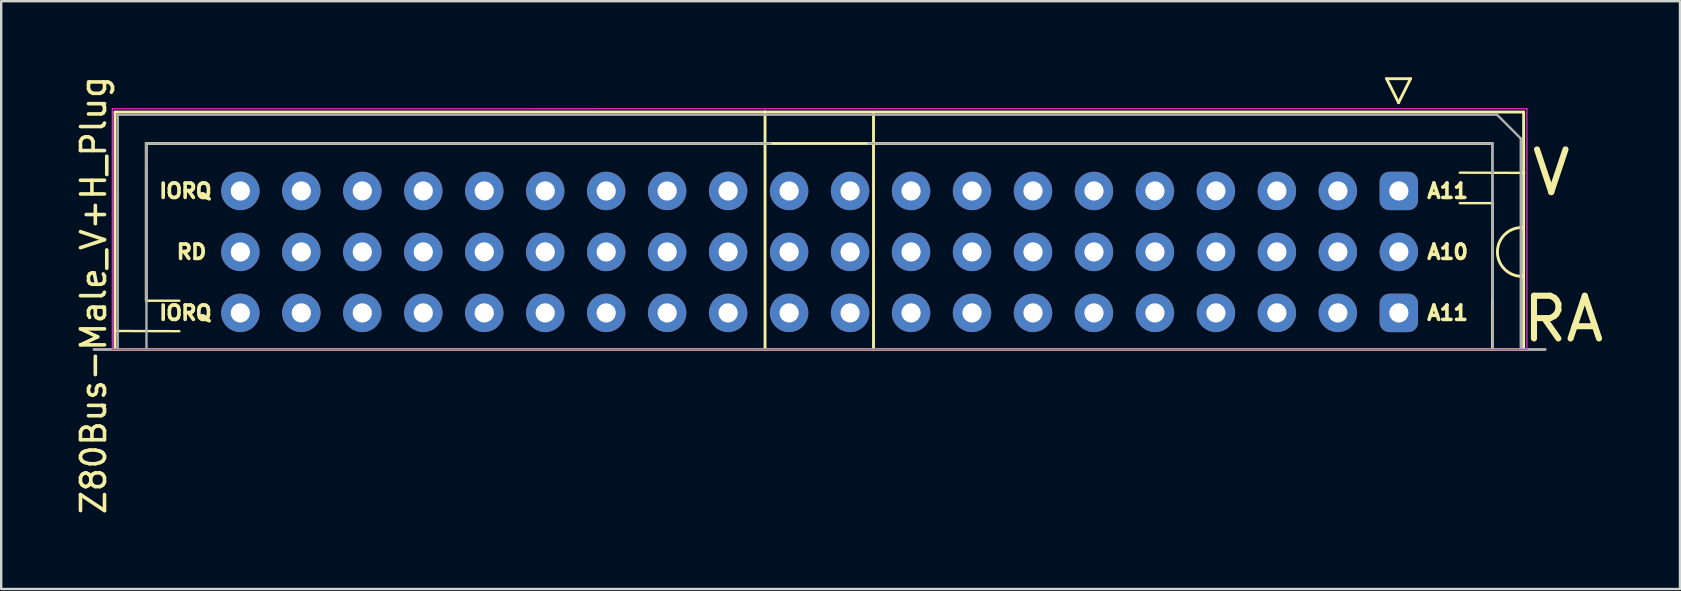
<source format=kicad_pcb>
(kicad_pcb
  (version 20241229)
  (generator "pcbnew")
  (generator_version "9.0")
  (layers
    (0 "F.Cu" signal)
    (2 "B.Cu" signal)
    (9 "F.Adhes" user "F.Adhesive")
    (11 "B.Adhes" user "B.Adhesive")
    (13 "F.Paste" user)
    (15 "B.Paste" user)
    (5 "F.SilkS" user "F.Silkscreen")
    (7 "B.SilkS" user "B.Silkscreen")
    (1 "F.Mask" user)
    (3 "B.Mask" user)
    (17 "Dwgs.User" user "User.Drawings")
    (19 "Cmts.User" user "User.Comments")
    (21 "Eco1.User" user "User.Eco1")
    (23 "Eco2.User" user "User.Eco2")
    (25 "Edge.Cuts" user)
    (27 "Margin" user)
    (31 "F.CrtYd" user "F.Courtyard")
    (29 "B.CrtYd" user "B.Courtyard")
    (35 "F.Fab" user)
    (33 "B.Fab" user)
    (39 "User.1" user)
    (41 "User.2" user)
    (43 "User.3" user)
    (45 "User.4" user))
  (footprint "Z80Bus-Male_V+H_Plug"
    (layer "F.Cu")
    (at 31.093 7.445)
    (property "Reference" "Z80Bus-Male_V+H_Plug" (at -30.245 1.799 90) (layer "F.SilkS") (effects (font (size 1 1) (thickness 0.15))))
    (attr through_hole)
    (fp_line (start -29.351 -5.827) (end 29.329 -5.827) (stroke (width 0.12) (type solid)) (layer "F.SilkS"))
    (fp_line (start -29.351 4.064) (end -29.351 -5.827) (stroke (width 0.12) (type solid)) (layer "F.SilkS"))
    (fp_line (start -29.35 3.293) (end -26.67 3.302) (stroke (width 0.1) (type solid)) (layer "F.SilkS"))
    (fp_line (start -28.051 -4.517) (end -2.061 -4.517) (stroke (width 0.12) (type solid)) (layer "F.SilkS"))
    (fp_line (start -28.051 2.032) (end -28.051 -4.517) (stroke (width 0.12) (type solid)) (layer "F.SilkS"))
    (fp_line (start -28.051 2.032) (end -26.67 2.032) (stroke (width 0.1) (type solid)) (layer "F.SilkS"))
    (fp_line (start -2.273 4.064) (end -2.273 -5.842) (stroke (width 0.12) (type solid)) (layer "F.SilkS"))
    (fp_line (start -2.061 -4.517) (end -2.061 -4.517) (stroke (width 0.12) (type solid)) (layer "F.SilkS"))
    (fp_line (start -2.061 -4.517) (end 28.029 -4.517) (stroke (width 0.12) (type solid)) (layer "F.SilkS"))
    (fp_line (start 2.246 -5.818) (end 2.246 4.073) (stroke (width 0.12) (type solid)) (layer "F.SilkS"))
    (fp_line (start 23.619 -7.217) (end 24.119 -6.217) (stroke (width 0.12) (type solid)) (layer "F.SilkS"))
    (fp_line (start 24.119 -6.217) (end 24.619 -7.217) (stroke (width 0.12) (type solid)) (layer "F.SilkS"))
    (fp_line (start 24.619 -7.217) (end 23.619 -7.217) (stroke (width 0.12) (type solid)) (layer "F.SilkS"))
    (fp_line (start 28.03 -2.023) (end 28.029 4.064) (stroke (width 0.12) (type solid)) (layer "F.SilkS"))
    (fp_line (start 28.051 -2.032) (end 26.67 -2.032) (stroke (width 0.1) (type solid)) (layer "F.SilkS"))
    (fp_line (start 29.329 -5.827) (end 29.329 4.064) (stroke (width 0.12) (type solid)) (layer "F.SilkS"))
    (fp_line (start 29.35 -3.293) (end 26.67 -3.302) (stroke (width 0.1) (type solid)) (layer "F.SilkS"))
    (fp_arc (start 29.31 1.016) (mid 28.236678 0.005088) (end 29.299577 -1.016777) (stroke (width 0.12) (type solid)) (layer "F.SilkS"))
    (fp_line (start -29.464 -5.963) (end -29.464 4.064) (stroke (width 0.05) (type solid)) (layer "F.CrtYd"))
    (fp_line (start -29.464 4.064) (end 29.465 4.064) (stroke (width 0.05) (type solid)) (layer "F.CrtYd"))
    (fp_line (start 29.465 -5.966) (end -29.464 -5.963) (stroke (width 0.05) (type solid)) (layer "F.CrtYd"))
    (fp_line (start 29.465 4.064) (end 29.465 -5.966) (stroke (width 0.05) (type solid)) (layer "F.CrtYd"))
    (fp_line (start -29.241 4.064) (end -29.239 -5.717) (stroke (width 0.1) (type solid)) (layer "F.Fab"))
    (fp_line (start -29.239 -5.717) (end 28.219 -5.717) (stroke (width 0.1) (type solid)) (layer "F.Fab"))
    (fp_line (start -28.051 -4.517) (end -2.061 -4.517) (stroke (width 0.1) (type solid)) (layer "F.Fab"))
    (fp_line (start -28.051 1.983) (end -28.051 -4.517) (stroke (width 0.1) (type solid)) (layer "F.Fab"))
    (fp_line (start -28.04 4.064) (end -28.051 -4.517) (stroke (width 0.1) (type solid)) (layer "F.Fab"))
    (fp_line (start -2.061 -4.517) (end -2.061 -4.517) (stroke (width 0.1) (type solid)) (layer "F.Fab"))
    (fp_line (start 2.039 -4.517) (end 28.029 -4.517) (stroke (width 0.1) (type solid)) (layer "F.Fab"))
    (fp_line (start 28.029 -4.517) (end 28.029 1.983) (stroke (width 0.1) (type solid)) (layer "F.Fab"))
    (fp_line (start 28.029 -4.517) (end 28.04 4.064) (stroke (width 0.1) (type solid)) (layer "F.Fab"))
    (fp_line (start 28.219 -5.717) (end 29.219 -4.717) (stroke (width 0.1) (type solid)) (layer "F.Fab"))
    (fp_line (start 29.21 -4.717) (end 29.21 4.064) (stroke (width 0.1) (type solid)) (layer "F.Fab"))
    (fp_line (start 30.226 4.064) (end -30.226 4.064) (stroke (width 0.12) (type solid)) (layer "F.Fab"))
    (fp_text user "A11" (at 26.162 2.54 0) (unlocked yes) (layer "F.SilkS") (effects (font (size 0.6 0.6) (thickness 0.15))))
    (fp_text user "IORQ" (at -26.416 -2.54 0) (unlocked yes) (layer "F.SilkS") (effects (font (size 0.6 0.6) (thickness 0.15))))
    (fp_text user "RD" (at -26.162 0 0) (unlocked yes) (layer "F.SilkS") (effects (font (size 0.6 0.6) (thickness 0.15))))
    (fp_text user "A11" (at 26.162 -2.54 0) (unlocked yes) (layer "F.SilkS") (effects (font (size 0.6 0.6) (thickness 0.15))))
    (fp_text user "V" (at 30.48 -3.302 0) (unlocked yes) (layer "F.SilkS") (effects (font (size 1.778 1.778) (thickness 0.254))))
    (fp_text user "RA" (at 30.988 2.794 0) (unlocked yes) (layer "F.SilkS") (effects (font (size 1.778 1.778) (thickness 0.254))))
    (fp_text user "IORQ" (at -26.416 2.54 0) (unlocked yes) (layer "F.SilkS") (effects (font (size 0.6 0.6) (thickness 0.15))))
    (fp_text user "A10" (at 26.162 0 0) (unlocked yes) (layer "F.SilkS") (effects (font (size 0.6 0.6) (thickness 0.15))))
    (pad "+5V" thru_hole circle (at -1.27 -2.54 90) (size 1.6 1.6) (drill 0.8) (layers "*.Cu" "*.Mask"))
    (pad "+5V" thru_hole circle (at -1.27 2.54 90) (size 1.6 1.6) (drill 0.8) (layers "*.Cu" "*.Mask"))
    (pad "1" thru_hole roundrect (at 24.13 -2.54 90) (size 1.6 1.6) (drill 0.8) (layers "*.Cu" "*.Mask") (roundrect_rratio 0.25))
    (pad "1" thru_hole roundrect (at 24.13 2.54 90) (size 1.6 1.6) (drill 0.8) (layers "*.Cu" "*.Mask") (roundrect_rratio 0.25))
    (pad "2" thru_hole circle (at 21.59 -2.54 90) (size 1.6 1.6) (drill 0.8) (layers "*.Cu" "*.Mask"))
    (pad "2" thru_hole circle (at 21.59 2.54 90) (size 1.6 1.6) (drill 0.8) (layers "*.Cu" "*.Mask"))
    (pad "3" thru_hole circle (at 19.05 -2.54 90) (size 1.6 1.6) (drill 0.8) (layers "*.Cu" "*.Mask"))
    (pad "3" thru_hole circle (at 19.05 2.54 90) (size 1.6 1.6) (drill 0.8) (layers "*.Cu" "*.Mask"))
    (pad "4" thru_hole circle (at 16.51 -2.54 90) (size 1.6 1.6) (drill 0.8) (layers "*.Cu" "*.Mask"))
    (pad "4" thru_hole circle (at 16.51 2.54 90) (size 1.6 1.6) (drill 0.8) (layers "*.Cu" "*.Mask"))
    (pad "5" thru_hole circle (at 13.97 -2.54 90) (size 1.6 1.6) (drill 0.8) (layers "*.Cu" "*.Mask"))
    (pad "5" thru_hole circle (at 13.97 2.54 90) (size 1.6 1.6) (drill 0.8) (layers "*.Cu" "*.Mask"))
    (pad "6" thru_hole circle (at 11.43 -2.54 90) (size 1.6 1.6) (drill 0.8) (layers "*.Cu" "*.Mask"))
    (pad "6" thru_hole circle (at 11.43 2.54 90) (size 1.6 1.6) (drill 0.8) (layers "*.Cu" "*.Mask"))
    (pad "7" thru_hole circle (at 8.89 -2.54 90) (size 1.6 1.6) (drill 0.8) (layers "*.Cu" "*.Mask"))
    (pad "7" thru_hole circle (at 8.89 2.54 90) (size 1.6 1.6) (drill 0.8) (layers "*.Cu" "*.Mask"))
    (pad "8" thru_hole circle (at 6.35 -2.54 90) (size 1.6 1.6) (drill 0.8) (layers "*.Cu" "*.Mask"))
    (pad "8" thru_hole circle (at 6.35 2.54 90) (size 1.6 1.6) (drill 0.8) (layers "*.Cu" "*.Mask"))
    (pad "9" thru_hole circle (at 3.81 -2.54 90) (size 1.6 1.6) (drill 0.8) (layers "*.Cu" "*.Mask"))
    (pad "9" thru_hole circle (at 3.81 2.54 90) (size 1.6 1.6) (drill 0.8) (layers "*.Cu" "*.Mask"))
    (pad "10" thru_hole circle (at 1.27 -2.54 90) (size 1.6 1.6) (drill 0.8) (layers "*.Cu" "*.Mask"))
    (pad "10" thru_hole circle (at 1.27 2.54 90) (size 1.6 1.6) (drill 0.8) (layers "*.Cu" "*.Mask"))
    (pad "12" thru_hole circle (at -3.81 -2.54 90) (size 1.6 1.6) (drill 0.8) (layers "*.Cu" "*.Mask"))
    (pad "12" thru_hole circle (at -3.81 2.54 90) (size 1.6 1.6) (drill 0.8) (layers "*.Cu" "*.Mask"))
    (pad "13" thru_hole circle (at -6.35 -2.54 90) (size 1.6 1.6) (drill 0.8) (layers "*.Cu" "*.Mask"))
    (pad "13" thru_hole circle (at -6.35 2.54 90) (size 1.6 1.6) (drill 0.8) (layers "*.Cu" "*.Mask"))
    (pad "14" thru_hole circle (at -8.89 -2.54 90) (size 1.6 1.6) (drill 0.8) (layers "*.Cu" "*.Mask"))
    (pad "14" thru_hole circle (at -8.89 2.54 90) (size 1.6 1.6) (drill 0.8) (layers "*.Cu" "*.Mask"))
    (pad "15" thru_hole circle (at -11.43 -2.54 90) (size 1.6 1.6) (drill 0.8) (layers "*.Cu" "*.Mask"))
    (pad "15" thru_hole circle (at -11.43 2.54 90) (size 1.6 1.6) (drill 0.8) (layers "*.Cu" "*.Mask"))
    (pad "16" thru_hole circle (at -13.97 -2.54 90) (size 1.6 1.6) (drill 0.8) (layers "*.Cu" "*.Mask"))
    (pad "16" thru_hole circle (at -13.97 2.54 90) (size 1.6 1.6) (drill 0.8) (layers "*.Cu" "*.Mask"))
    (pad "17" thru_hole circle (at -16.51 -2.54 90) (size 1.6 1.6) (drill 0.8) (layers "*.Cu" "*.Mask"))
    (pad "17" thru_hole circle (at -16.51 2.54 90) (size 1.6 1.6) (drill 0.8) (layers "*.Cu" "*.Mask"))
    (pad "18" thru_hole circle (at -19.05 -2.54 90) (size 1.6 1.6) (drill 0.8) (layers "*.Cu" "*.Mask"))
    (pad "18" thru_hole circle (at -19.05 2.54 90) (size 1.6 1.6) (drill 0.8) (layers "*.Cu" "*.Mask"))
    (pad "19" thru_hole circle (at -21.59 -2.54 90) (size 1.6 1.6) (drill 0.8) (layers "*.Cu" "*.Mask"))
    (pad "19" thru_hole circle (at -21.59 2.54 90) (size 1.6 1.6) (drill 0.8) (layers "*.Cu" "*.Mask"))
    (pad "20" thru_hole circle (at -24.13 -2.54 90) (size 1.6 1.6) (drill 0.8) (layers "*.Cu" "*.Mask"))
    (pad "20" thru_hole circle (at -24.13 2.54 90) (size 1.6 1.6) (drill 0.8) (layers "*.Cu" "*.Mask"))
    (pad "21" thru_hole circle (at -24.13 0 90) (size 1.6 1.6) (drill 0.8) (layers "*.Cu" "*.Mask"))
    (pad "22" thru_hole circle (at -21.59 0 90) (size 1.6 1.6) (drill 0.8) (layers "*.Cu" "*.Mask"))
    (pad "23" thru_hole circle (at -19.05 0 90) (size 1.6 1.6) (drill 0.8) (layers "*.Cu" "*.Mask"))
    (pad "24" thru_hole circle (at -16.51 0 90) (size 1.6 1.6) (drill 0.8) (layers "*.Cu" "*.Mask"))
    (pad "25" thru_hole circle (at -13.97 0 90) (size 1.6 1.6) (drill 0.8) (layers "*.Cu" "*.Mask"))
    (pad "26" thru_hole circle (at -11.43 0 90) (size 1.6 1.6) (drill 0.8) (layers "*.Cu" "*.Mask"))
    (pad "27" thru_hole circle (at -8.89 0 90) (size 1.6 1.6) (drill 0.8) (layers "*.Cu" "*.Mask"))
    (pad "28" thru_hole circle (at -6.35 0 90) (size 1.6 1.6) (drill 0.8) (layers "*.Cu" "*.Mask"))
    (pad "30" thru_hole circle (at -1.27 0 90) (size 1.6 1.6) (drill 0.8) (layers "*.Cu" "*.Mask"))
    (pad "31" thru_hole circle (at 1.27 0 90) (size 1.6 1.6) (drill 0.8) (layers "*.Cu" "*.Mask"))
    (pad "32" thru_hole circle (at 3.81 0 90) (size 1.6 1.6) (drill 0.8) (layers "*.Cu" "*.Mask"))
    (pad "33" thru_hole circle (at 6.35 0 90) (size 1.6 1.6) (drill 0.8) (layers "*.Cu" "*.Mask"))
    (pad "34" thru_hole circle (at 8.89 0 90) (size 1.6 1.6) (drill 0.8) (layers "*.Cu" "*.Mask"))
    (pad "35" thru_hole circle (at 11.43 0 90) (size 1.6 1.6) (drill 0.8) (layers "*.Cu" "*.Mask"))
    (pad "36" thru_hole circle (at 13.97 0 90) (size 1.6 1.6) (drill 0.8) (layers "*.Cu" "*.Mask"))
    (pad "37" thru_hole circle (at 16.51 0 90) (size 1.6 1.6) (drill 0.8) (layers "*.Cu" "*.Mask"))
    (pad "38" thru_hole circle (at 19.05 0 90) (size 1.6 1.6) (drill 0.8) (layers "*.Cu" "*.Mask"))
    (pad "39" thru_hole circle (at 21.59 0 90) (size 1.6 1.6) (drill 0.8) (layers "*.Cu" "*.Mask"))
    (pad "40" thru_hole circle (at 24.13 0 90) (size 1.6 1.6) (drill 0.8) (layers "*.Cu" "*.Mask"))
    (pad "GND" thru_hole circle (at -3.81 0 90) (size 1.6 1.6) (drill 0.8) (layers "*.Cu" "*.Mask")))
  (gr_rect
    (start -3 -3)
    (end 66.935 21.488)
    (stroke (width 0.1) (type default))
    (fill no)
    (layer "Edge.Cuts")))
</source>
